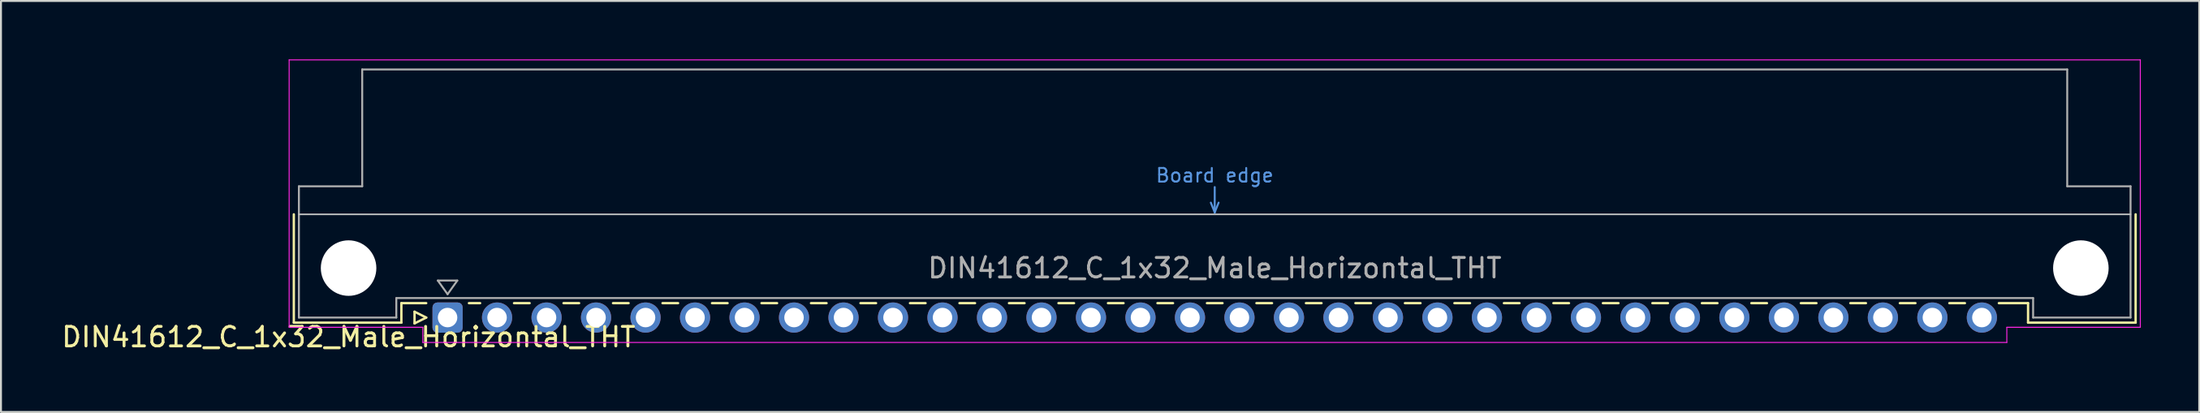
<source format=kicad_pcb>
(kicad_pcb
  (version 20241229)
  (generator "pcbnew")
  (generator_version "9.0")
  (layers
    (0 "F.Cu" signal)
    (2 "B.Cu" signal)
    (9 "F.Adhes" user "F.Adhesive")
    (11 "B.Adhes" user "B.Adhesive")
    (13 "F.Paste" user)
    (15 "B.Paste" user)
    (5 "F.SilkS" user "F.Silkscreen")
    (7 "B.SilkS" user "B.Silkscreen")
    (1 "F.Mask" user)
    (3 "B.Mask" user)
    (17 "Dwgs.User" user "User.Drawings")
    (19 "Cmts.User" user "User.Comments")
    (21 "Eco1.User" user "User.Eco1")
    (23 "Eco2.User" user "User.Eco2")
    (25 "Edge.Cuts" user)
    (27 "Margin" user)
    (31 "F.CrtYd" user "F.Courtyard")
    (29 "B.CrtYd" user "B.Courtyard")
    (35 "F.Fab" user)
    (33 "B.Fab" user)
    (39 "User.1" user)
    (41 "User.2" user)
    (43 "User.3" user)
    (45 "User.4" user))
  (footprint "DIN41612_C_1x32_Male_Horizontal_THT"
    (layer "F.Cu")
    (at 19.919 13.255)
    (property "Reference" "DIN41612_C_1x32_Male_Horizontal_THT" (at -5.08 1 0) (layer "F.SilkS") (effects (font (size 1 1) (thickness 0.15))))
    (attr through_hole)
    (fp_line (start -7.89 -5.3) (end -7.89 0.26) (stroke (width 0.12) (type solid)) (layer "F.SilkS"))
    (fp_line (start -7.89 0.26) (end -2.37 0.26) (stroke (width 0.12) (type solid)) (layer "F.SilkS"))
    (fp_line (start -2.371 -0.74) (end -1.095 -0.74) (stroke (width 0.12) (type solid)) (layer "F.SilkS"))
    (fp_line (start -2.37 0.26) (end -2.37 -0.74) (stroke (width 0.12) (type solid)) (layer "F.SilkS"))
    (fp_line (start -1.695 -0.3) (end -1.695 0.3) (stroke (width 0.12) (type solid)) (layer "F.SilkS"))
    (fp_line (start -1.695 0.3) (end -1.095 0) (stroke (width 0.12) (type solid)) (layer "F.SilkS"))
    (fp_line (start -1.095 0) (end -1.695 -0.3) (stroke (width 0.12) (type solid)) (layer "F.SilkS"))
    (fp_line (start 1.095 -0.74) (end 1.671 -0.74) (stroke (width 0.12) (type solid)) (layer "F.SilkS"))
    (fp_line (start 3.41 -0.74) (end 4.211 -0.74) (stroke (width 0.12) (type solid)) (layer "F.SilkS"))
    (fp_line (start 5.95 -0.74) (end 6.751 -0.74) (stroke (width 0.12) (type solid)) (layer "F.SilkS"))
    (fp_line (start 8.49 -0.74) (end 9.291 -0.74) (stroke (width 0.12) (type solid)) (layer "F.SilkS"))
    (fp_line (start 11.03 -0.74) (end 11.831 -0.74) (stroke (width 0.12) (type solid)) (layer "F.SilkS"))
    (fp_line (start 13.57 -0.74) (end 14.371 -0.74) (stroke (width 0.12) (type solid)) (layer "F.SilkS"))
    (fp_line (start 16.11 -0.74) (end 16.911 -0.74) (stroke (width 0.12) (type solid)) (layer "F.SilkS"))
    (fp_line (start 18.65 -0.74) (end 19.451 -0.74) (stroke (width 0.12) (type solid)) (layer "F.SilkS"))
    (fp_line (start 21.19 -0.74) (end 21.991 -0.74) (stroke (width 0.12) (type solid)) (layer "F.SilkS"))
    (fp_line (start 23.73 -0.74) (end 24.531 -0.74) (stroke (width 0.12) (type solid)) (layer "F.SilkS"))
    (fp_line (start 26.27 -0.74) (end 27.071 -0.74) (stroke (width 0.12) (type solid)) (layer "F.SilkS"))
    (fp_line (start 28.81 -0.74) (end 29.611 -0.74) (stroke (width 0.12) (type solid)) (layer "F.SilkS"))
    (fp_line (start 31.35 -0.74) (end 32.151 -0.74) (stroke (width 0.12) (type solid)) (layer "F.SilkS"))
    (fp_line (start 33.89 -0.74) (end 34.691 -0.74) (stroke (width 0.12) (type solid)) (layer "F.SilkS"))
    (fp_line (start 36.43 -0.74) (end 37.231 -0.74) (stroke (width 0.12) (type solid)) (layer "F.SilkS"))
    (fp_line (start 38.97 -0.74) (end 39.771 -0.74) (stroke (width 0.12) (type solid)) (layer "F.SilkS"))
    (fp_line (start 41.51 -0.74) (end 42.311 -0.74) (stroke (width 0.12) (type solid)) (layer "F.SilkS"))
    (fp_line (start 44.05 -0.74) (end 44.851 -0.74) (stroke (width 0.12) (type solid)) (layer "F.SilkS"))
    (fp_line (start 46.59 -0.74) (end 47.391 -0.74) (stroke (width 0.12) (type solid)) (layer "F.SilkS"))
    (fp_line (start 49.13 -0.74) (end 49.931 -0.74) (stroke (width 0.12) (type solid)) (layer "F.SilkS"))
    (fp_line (start 51.67 -0.74) (end 52.471 -0.74) (stroke (width 0.12) (type solid)) (layer "F.SilkS"))
    (fp_line (start 54.21 -0.74) (end 55.011 -0.74) (stroke (width 0.12) (type solid)) (layer "F.SilkS"))
    (fp_line (start 56.75 -0.74) (end 57.551 -0.74) (stroke (width 0.12) (type solid)) (layer "F.SilkS"))
    (fp_line (start 59.29 -0.74) (end 60.091 -0.74) (stroke (width 0.12) (type solid)) (layer "F.SilkS"))
    (fp_line (start 61.83 -0.74) (end 62.631 -0.74) (stroke (width 0.12) (type solid)) (layer "F.SilkS"))
    (fp_line (start 64.37 -0.74) (end 65.171 -0.74) (stroke (width 0.12) (type solid)) (layer "F.SilkS"))
    (fp_line (start 66.91 -0.74) (end 67.711 -0.74) (stroke (width 0.12) (type solid)) (layer "F.SilkS"))
    (fp_line (start 69.45 -0.74) (end 70.251 -0.74) (stroke (width 0.12) (type solid)) (layer "F.SilkS"))
    (fp_line (start 71.99 -0.74) (end 72.791 -0.74) (stroke (width 0.12) (type solid)) (layer "F.SilkS"))
    (fp_line (start 74.53 -0.74) (end 75.331 -0.74) (stroke (width 0.12) (type solid)) (layer "F.SilkS"))
    (fp_line (start 77.07 -0.74) (end 77.871 -0.74) (stroke (width 0.12) (type solid)) (layer "F.SilkS"))
    (fp_line (start 79.61 -0.74) (end 81.11 -0.74) (stroke (width 0.12) (type solid)) (layer "F.SilkS"))
    (fp_line (start 81.11 0.26) (end 81.11 -0.74) (stroke (width 0.12) (type solid)) (layer "F.SilkS"))
    (fp_line (start 86.63 -5.3) (end 86.63 0.26) (stroke (width 0.12) (type solid)) (layer "F.SilkS"))
    (fp_line (start 86.63 0.26) (end 81.11 0.26) (stroke (width 0.12) (type solid)) (layer "F.SilkS"))
    (fp_line (start -7.63 -5.3) (end 86.37 -5.3) (stroke (width 0.08) (type solid)) (layer "Dwgs.User"))
    (fp_line (start 39.17 -5.9) (end 39.37 -5.4) (stroke (width 0.1) (type solid)) (layer "Cmts.User"))
    (fp_line (start 39.37 -5.4) (end 39.37 -6.7) (stroke (width 0.1) (type solid)) (layer "Cmts.User"))
    (fp_line (start 39.37 -5.4) (end 39.57 -5.9) (stroke (width 0.1) (type solid)) (layer "Cmts.User"))
    (fp_line (start -8.13 -13.23) (end -8.13 0.5) (stroke (width 0.05) (type solid)) (layer "F.CrtYd"))
    (fp_line (start -8.13 0.5) (end -1.27 0.5) (stroke (width 0.05) (type solid)) (layer "F.CrtYd"))
    (fp_line (start -1.27 0.5) (end -1.27 1.28) (stroke (width 0.05) (type solid)) (layer "F.CrtYd"))
    (fp_line (start -1.27 1.28) (end 80.02 1.28) (stroke (width 0.05) (type solid)) (layer "F.CrtYd"))
    (fp_line (start 80.02 0.5) (end 86.87 0.5) (stroke (width 0.05) (type solid)) (layer "F.CrtYd"))
    (fp_line (start 80.02 1.28) (end 80.02 0.5) (stroke (width 0.05) (type solid)) (layer "F.CrtYd"))
    (fp_line (start 86.87 -13.23) (end -8.13 -13.23) (stroke (width 0.05) (type solid)) (layer "F.CrtYd"))
    (fp_line (start 86.87 0.5) (end 86.87 -13.23) (stroke (width 0.05) (type solid)) (layer "F.CrtYd"))
    (fp_line (start -7.63 -6.74) (end -7.63 0) (stroke (width 0.1) (type solid)) (layer "F.Fab"))
    (fp_line (start -7.63 0) (end -2.63 0) (stroke (width 0.1) (type solid)) (layer "F.Fab"))
    (fp_line (start -4.38 -12.74) (end -4.38 -6.74) (stroke (width 0.1) (type solid)) (layer "F.Fab"))
    (fp_line (start -4.38 -6.74) (end -7.63 -6.74) (stroke (width 0.1) (type solid)) (layer "F.Fab"))
    (fp_line (start -2.63 -1) (end 81.37 -1) (stroke (width 0.1) (type solid)) (layer "F.Fab"))
    (fp_line (start -2.63 0) (end -2.63 -1) (stroke (width 0.1) (type solid)) (layer "F.Fab"))
    (fp_line (start -0.5 -1.9) (end 0.5 -1.9) (stroke (width 0.1) (type solid)) (layer "F.Fab"))
    (fp_line (start 0 -1.2) (end -0.5 -1.9) (stroke (width 0.1) (type solid)) (layer "F.Fab"))
    (fp_line (start 0.5 -1.9) (end 0 -1.2) (stroke (width 0.1) (type solid)) (layer "F.Fab"))
    (fp_line (start 81.37 -1) (end 81.37 0) (stroke (width 0.1) (type solid)) (layer "F.Fab"))
    (fp_line (start 81.37 0) (end 86.37 0) (stroke (width 0.1) (type solid)) (layer "F.Fab"))
    (fp_line (start 83.12 -12.74) (end -4.38 -12.74) (stroke (width 0.1) (type solid)) (layer "F.Fab"))
    (fp_line (start 83.12 -6.74) (end 83.12 -12.74) (stroke (width 0.1) (type solid)) (layer "F.Fab"))
    (fp_line (start 86.37 -6.74) (end 83.12 -6.74) (stroke (width 0.1) (type solid)) (layer "F.Fab"))
    (fp_line (start 86.37 0) (end 86.37 -6.74) (stroke (width 0.1) (type solid)) (layer "F.Fab"))
    (fp_text user "Board edge" (at 39.37 -7.3 0) (layer "Cmts.User") (effects (font (size 0.7 0.7) (thickness 0.1))))
    (fp_text user "${REFERENCE}" (at 39.37 -2.54 0) (layer "F.Fab") (effects (font (size 1 1) (thickness 0.15))))
    (pad "" np_thru_hole circle (at -5.08 -2.54) (size 2.85 2.85) (drill 2.85) (layers "*.Cu" "*.Mask"))
    (pad "" np_thru_hole circle (at 83.82 -2.54) (size 2.85 2.85) (drill 2.85) (layers "*.Cu" "*.Mask"))
    (pad "a1" thru_hole roundrect (at 0 0) (size 1.55 1.55) (drill 1) (layers "*.Cu" "*.Mask") (roundrect_rratio 0.161))
    (pad "a2" thru_hole circle (at 2.54 0) (size 1.55 1.55) (drill 1) (layers "*.Cu" "*.Mask"))
    (pad "a3" thru_hole circle (at 5.08 0) (size 1.55 1.55) (drill 1) (layers "*.Cu" "*.Mask"))
    (pad "a4" thru_hole circle (at 7.62 0) (size 1.55 1.55) (drill 1) (layers "*.Cu" "*.Mask"))
    (pad "a5" thru_hole circle (at 10.16 0) (size 1.55 1.55) (drill 1) (layers "*.Cu" "*.Mask"))
    (pad "a6" thru_hole circle (at 12.7 0) (size 1.55 1.55) (drill 1) (layers "*.Cu" "*.Mask"))
    (pad "a7" thru_hole circle (at 15.24 0) (size 1.55 1.55) (drill 1) (layers "*.Cu" "*.Mask"))
    (pad "a8" thru_hole circle (at 17.78 0) (size 1.55 1.55) (drill 1) (layers "*.Cu" "*.Mask"))
    (pad "a9" thru_hole circle (at 20.32 0) (size 1.55 1.55) (drill 1) (layers "*.Cu" "*.Mask"))
    (pad "a10" thru_hole circle (at 22.86 0) (size 1.55 1.55) (drill 1) (layers "*.Cu" "*.Mask"))
    (pad "a11" thru_hole circle (at 25.4 0) (size 1.55 1.55) (drill 1) (layers "*.Cu" "*.Mask"))
    (pad "a12" thru_hole circle (at 27.94 0) (size 1.55 1.55) (drill 1) (layers "*.Cu" "*.Mask"))
    (pad "a13" thru_hole circle (at 30.48 0) (size 1.55 1.55) (drill 1) (layers "*.Cu" "*.Mask"))
    (pad "a14" thru_hole circle (at 33.02 0) (size 1.55 1.55) (drill 1) (layers "*.Cu" "*.Mask"))
    (pad "a15" thru_hole circle (at 35.56 0) (size 1.55 1.55) (drill 1) (layers "*.Cu" "*.Mask"))
    (pad "a16" thru_hole circle (at 38.1 0) (size 1.55 1.55) (drill 1) (layers "*.Cu" "*.Mask"))
    (pad "a17" thru_hole circle (at 40.64 0) (size 1.55 1.55) (drill 1) (layers "*.Cu" "*.Mask"))
    (pad "a18" thru_hole circle (at 43.18 0) (size 1.55 1.55) (drill 1) (layers "*.Cu" "*.Mask"))
    (pad "a19" thru_hole circle (at 45.72 0) (size 1.55 1.55) (drill 1) (layers "*.Cu" "*.Mask"))
    (pad "a20" thru_hole circle (at 48.26 0) (size 1.55 1.55) (drill 1) (layers "*.Cu" "*.Mask"))
    (pad "a21" thru_hole circle (at 50.8 0) (size 1.55 1.55) (drill 1) (layers "*.Cu" "*.Mask"))
    (pad "a22" thru_hole circle (at 53.34 0) (size 1.55 1.55) (drill 1) (layers "*.Cu" "*.Mask"))
    (pad "a23" thru_hole circle (at 55.88 0) (size 1.55 1.55) (drill 1) (layers "*.Cu" "*.Mask"))
    (pad "a24" thru_hole circle (at 58.42 0) (size 1.55 1.55) (drill 1) (layers "*.Cu" "*.Mask"))
    (pad "a25" thru_hole circle (at 60.96 0) (size 1.55 1.55) (drill 1) (layers "*.Cu" "*.Mask"))
    (pad "a26" thru_hole circle (at 63.5 0) (size 1.55 1.55) (drill 1) (layers "*.Cu" "*.Mask"))
    (pad "a27" thru_hole circle (at 66.04 0) (size 1.55 1.55) (drill 1) (layers "*.Cu" "*.Mask"))
    (pad "a28" thru_hole circle (at 68.58 0) (size 1.55 1.55) (drill 1) (layers "*.Cu" "*.Mask"))
    (pad "a29" thru_hole circle (at 71.12 0) (size 1.55 1.55) (drill 1) (layers "*.Cu" "*.Mask"))
    (pad "a30" thru_hole circle (at 73.66 0) (size 1.55 1.55) (drill 1) (layers "*.Cu" "*.Mask"))
    (pad "a31" thru_hole circle (at 76.2 0) (size 1.55 1.55) (drill 1) (layers "*.Cu" "*.Mask"))
    (pad "a32" thru_hole circle (at 78.74 0) (size 1.55 1.55) (drill 1) (layers "*.Cu" "*.Mask")))
  (gr_rect
    (start -3 -3)
    (end 109.814 18.103)
    (stroke (width 0.1) (type default))
    (fill no)
    (layer "Edge.Cuts")))
</source>
